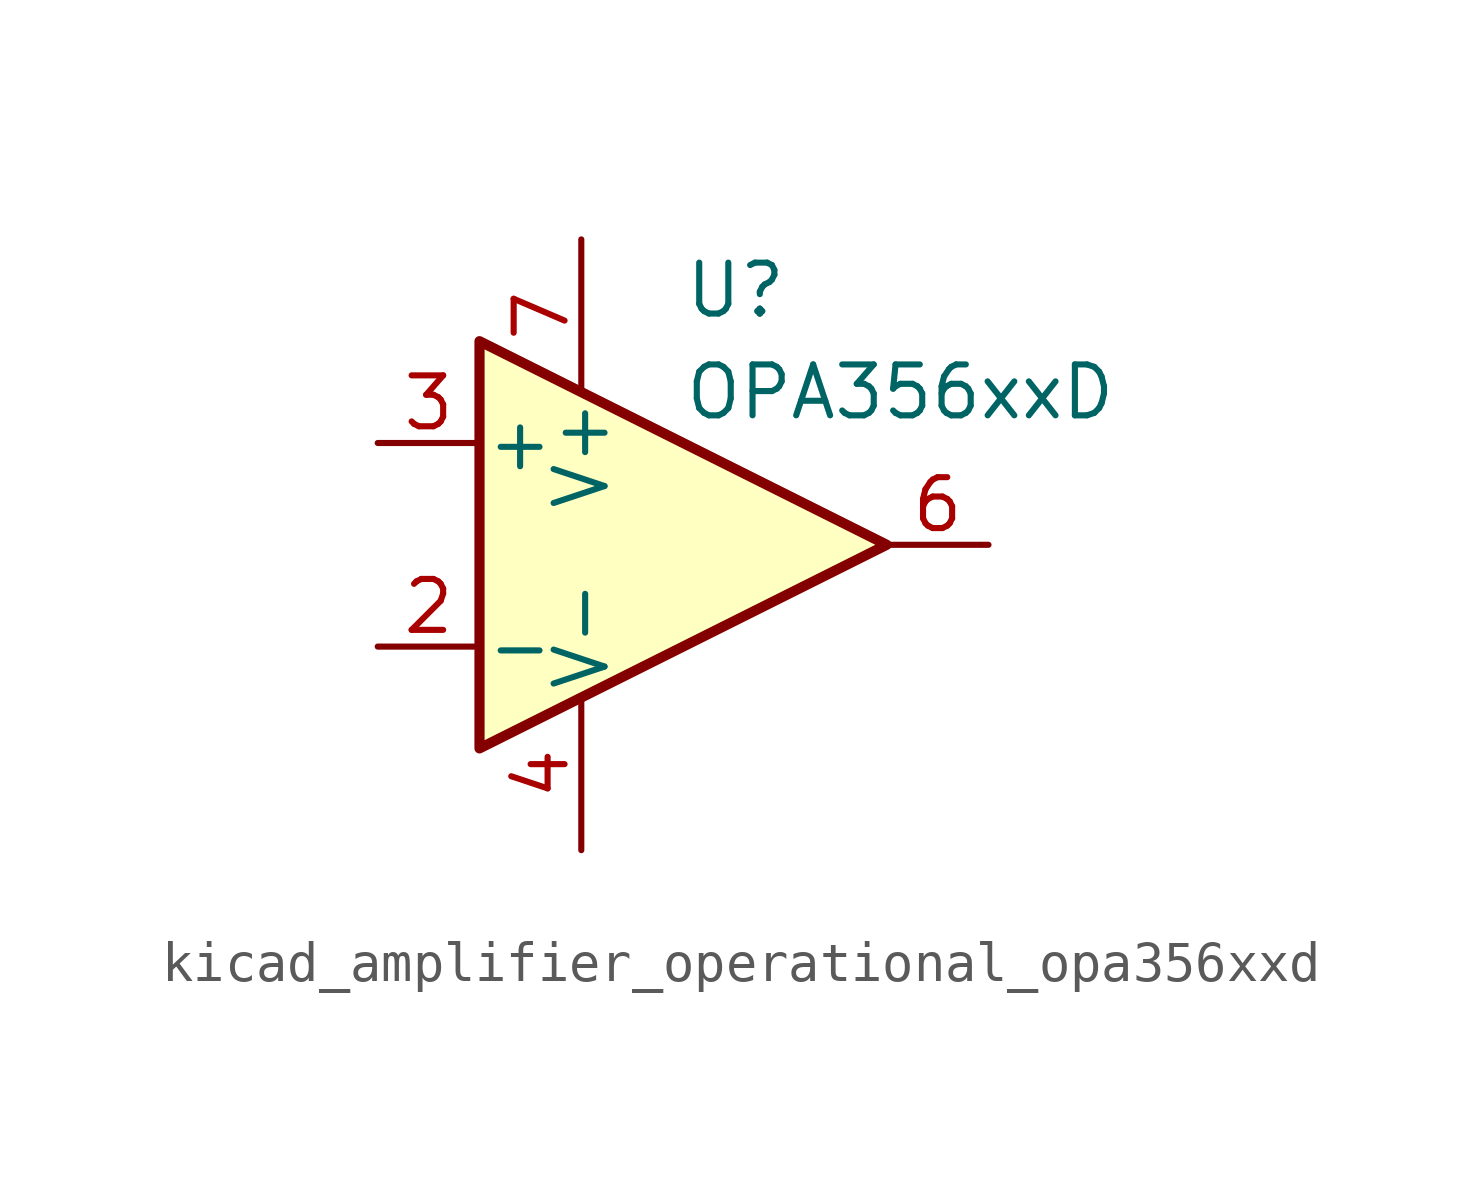
<source format=kicad_sym>
(kicad_symbol_lib
  (version 20220914)
  (generator kicad_symbol_editor)
  (symbol "kicad_amplifier_operational_opa356xxd"
    (pin_names
      (offset 0.127))
    (property "Reference" "U"
      (at 0 6.35 0)
      (effects (font (size 1.27 1.27)) (justify left)))
    (property "Value" "OPA356xxD"
      (at 0 3.81 0)
      (effects (font (size 1.27 1.27)) (justify left)))
    (symbol "kicad_amplifier_operational_opa356xxd_0_1"
      (polyline (pts (xy -5.08 5.08) (xy 5.08 0) (xy -5.08 -5.08) (xy -5.08 5.08)) (stroke (width 0.254) (type default)) (fill (type background))))
    (symbol "kicad_amplifier_operational_opa356xxd_1_1"
      (pin no_connect line (at -2.54 2.54 270) (length 2.54) hide (name "NC" (effects (font (size 1.27 1.27)))) (number "1" (effects (font (size 1.27 1.27)))))
      (pin input line (at -7.62 -2.54 0) (length 2.54) (name "-" (effects (font (size 1.27 1.27)))) (number "2" (effects (font (size 1.27 1.27)))))
      (pin input line (at -7.62 2.54 0) (length 2.54) (name "+" (effects (font (size 1.27 1.27)))) (number "3" (effects (font (size 1.27 1.27)))))
      (pin power_in line (at -2.54 -7.62 90) (length 3.81) (name "V-" (effects (font (size 1.27 1.27)))) (number "4" (effects (font (size 1.27 1.27)))))
      (pin no_connect line (at 0 2.54 270) (length 2.54) hide (name "NC" (effects (font (size 1.27 1.27)))) (number "5" (effects (font (size 1.27 1.27)))))
      (pin output line (at 7.62 0 180) (length 2.54) (name "~" (effects (font (size 1.27 1.27)))) (number "6" (effects (font (size 1.27 1.27)))))
      (pin power_in line (at -2.54 7.62 270) (length 3.81) (name "V+" (effects (font (size 1.27 1.27)))) (number "7" (effects (font (size 1.27 1.27)))))
      (pin no_connect line (at 0 -2.54 90) (length 2.54) hide (name "NC" (effects (font (size 1.27 1.27)))) (number "8" (effects (font (size 1.27 1.27))))))))
</source>
